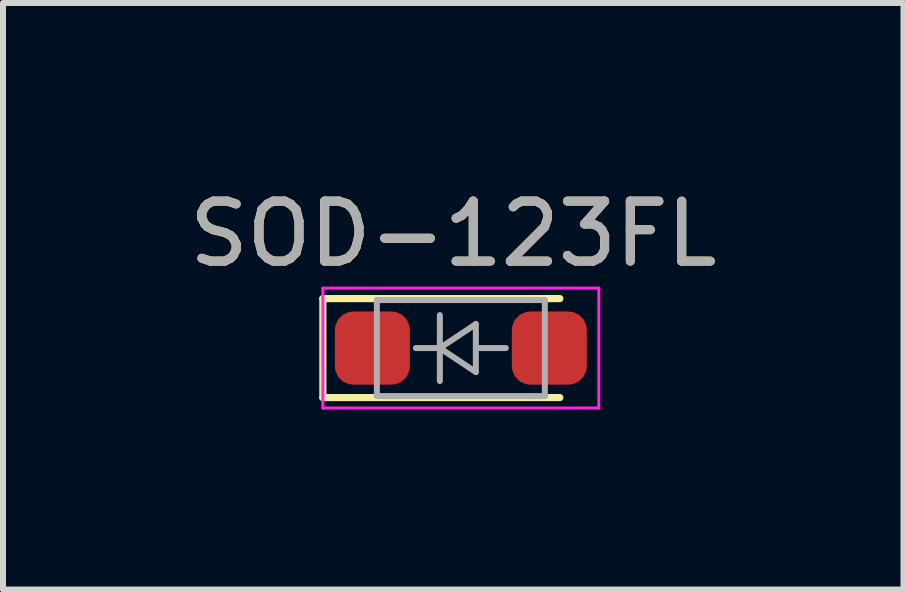
<source format=kicad_pcb>
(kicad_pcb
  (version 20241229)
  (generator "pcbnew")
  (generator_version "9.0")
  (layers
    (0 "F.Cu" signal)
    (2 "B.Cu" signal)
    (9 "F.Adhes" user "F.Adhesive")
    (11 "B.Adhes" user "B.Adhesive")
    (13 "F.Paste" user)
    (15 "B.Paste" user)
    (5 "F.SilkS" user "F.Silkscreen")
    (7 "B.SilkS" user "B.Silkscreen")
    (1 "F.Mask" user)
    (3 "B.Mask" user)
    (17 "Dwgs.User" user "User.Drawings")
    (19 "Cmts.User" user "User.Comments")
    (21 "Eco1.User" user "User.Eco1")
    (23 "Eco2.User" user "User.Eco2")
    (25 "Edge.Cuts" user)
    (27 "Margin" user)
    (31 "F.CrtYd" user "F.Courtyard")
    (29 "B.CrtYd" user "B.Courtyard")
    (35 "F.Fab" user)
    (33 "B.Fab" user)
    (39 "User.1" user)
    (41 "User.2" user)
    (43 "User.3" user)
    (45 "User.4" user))
  (footprint "SOD-123FL"
    (layer "F.Cu")
    (at 4.633 2.753)
    (property "Reference" "SOD-123FL" (at -0.127 -1.905 0) (layer "F.SilkS") (effects (font (size 1 1) (thickness 0.15))))
    (attr smd)
    (fp_line (start -2.3 -0.825) (end -2.3 0.825) (stroke (width 0.12) (type solid)) (layer "F.SilkS"))
    (fp_line (start -2.3 -0.825) (end 1.65 -0.825) (stroke (width 0.12) (type solid)) (layer "F.SilkS"))
    (fp_line (start -2.3 0.825) (end 1.65 0.825) (stroke (width 0.12) (type solid)) (layer "F.SilkS"))
    (fp_line (start -2.3 -1) (end -2.3 1) (stroke (width 0.05) (type solid)) (layer "F.CrtYd"))
    (fp_line (start -2.3 -1) (end 2.3 -1) (stroke (width 0.05) (type solid)) (layer "F.CrtYd"))
    (fp_line (start 2.3 -1) (end 2.3 1) (stroke (width 0.05) (type solid)) (layer "F.CrtYd"))
    (fp_line (start 2.3 1) (end -2.3 1) (stroke (width 0.05) (type solid)) (layer "F.CrtYd"))
    (fp_line (start -1.4 -0.8) (end 1.4 -0.8) (stroke (width 0.1) (type solid)) (layer "F.Fab"))
    (fp_line (start -1.4 0.8) (end -1.4 -0.8) (stroke (width 0.1) (type solid)) (layer "F.Fab"))
    (fp_line (start -0.75 0) (end -0.35 0) (stroke (width 0.1) (type solid)) (layer "F.Fab"))
    (fp_line (start -0.35 0) (end -0.35 -0.55) (stroke (width 0.1) (type solid)) (layer "F.Fab"))
    (fp_line (start -0.35 0) (end -0.35 0.55) (stroke (width 0.1) (type solid)) (layer "F.Fab"))
    (fp_line (start -0.35 0) (end 0.25 -0.4) (stroke (width 0.1) (type solid)) (layer "F.Fab"))
    (fp_line (start 0.25 -0.4) (end 0.25 0.4) (stroke (width 0.1) (type solid)) (layer "F.Fab"))
    (fp_line (start 0.25 0) (end 0.75 0) (stroke (width 0.1) (type solid)) (layer "F.Fab"))
    (fp_line (start 0.25 0.4) (end -0.35 0) (stroke (width 0.1) (type solid)) (layer "F.Fab"))
    (fp_line (start 1.4 -0.8) (end 1.4 0.8) (stroke (width 0.1) (type solid)) (layer "F.Fab"))
    (fp_line (start 1.4 0.8) (end -1.4 0.8) (stroke (width 0.1) (type solid)) (layer "F.Fab"))
    (fp_text user "${REFERENCE}" (at -0.127 -1.905 0) (layer "F.Fab") (effects (font (size 1 1) (thickness 0.15))))
    (pad "1" smd roundrect (at -1.475 0) (size 1.25 1.22) (layers "F.Cu" "F.Mask" "F.Paste") (roundrect_rratio 0.25))
    (pad "2" smd roundrect (at 1.475 0) (size 1.25 1.22) (layers "F.Cu" "F.Mask" "F.Paste") (roundrect_rratio 0.25)))
  (gr_rect
    (start -3 -3)
    (end 12.012 6.778)
    (stroke (width 0.1) (type default))
    (fill no)
    (layer "Edge.Cuts")))
</source>
